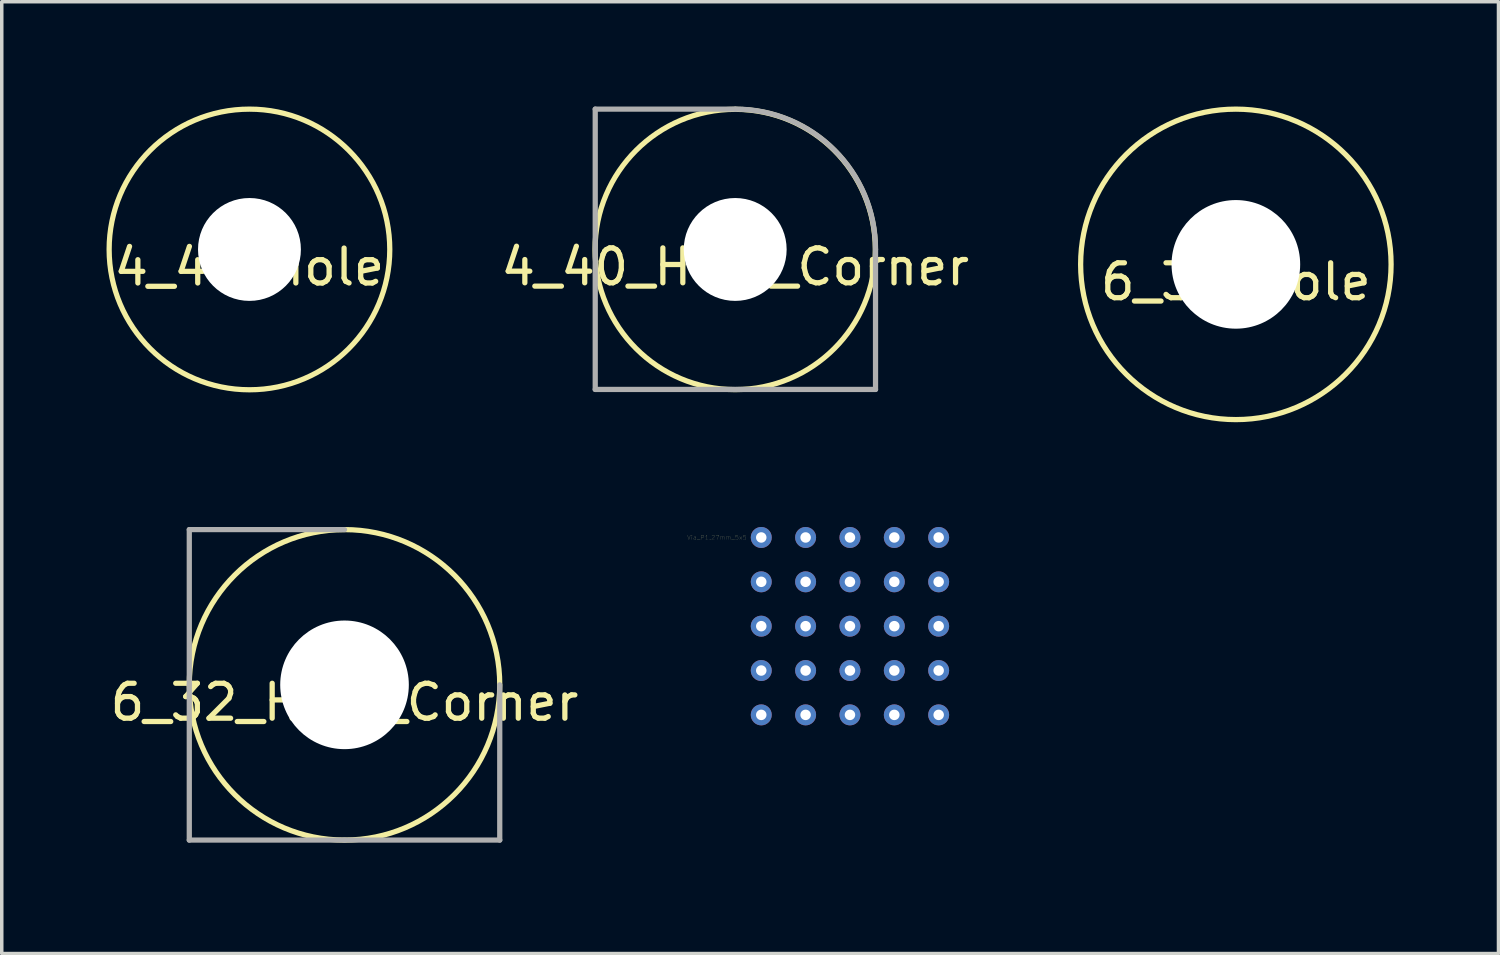
<source format=kicad_pcb>
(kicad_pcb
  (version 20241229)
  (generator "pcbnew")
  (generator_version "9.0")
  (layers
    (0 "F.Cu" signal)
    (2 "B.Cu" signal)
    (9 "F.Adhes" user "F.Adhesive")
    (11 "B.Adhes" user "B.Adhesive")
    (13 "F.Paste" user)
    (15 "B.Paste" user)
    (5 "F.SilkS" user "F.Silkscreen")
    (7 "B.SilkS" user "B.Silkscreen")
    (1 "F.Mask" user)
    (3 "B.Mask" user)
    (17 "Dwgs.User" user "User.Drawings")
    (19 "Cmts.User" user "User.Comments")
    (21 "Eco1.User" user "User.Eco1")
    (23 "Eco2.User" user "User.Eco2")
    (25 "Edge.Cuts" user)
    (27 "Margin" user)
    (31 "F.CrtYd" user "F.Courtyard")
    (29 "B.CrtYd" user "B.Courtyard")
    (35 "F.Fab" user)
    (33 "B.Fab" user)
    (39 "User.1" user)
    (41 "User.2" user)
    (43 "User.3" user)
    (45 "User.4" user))
  (footprint "4_40_Hole_Corner"
    (layer "F.Cu")
    (at 13.994 8.101)
    (property "Reference" "4_40_Hole_Corner" (at 4.008 -3.508 0) (layer "F.SilkS") (effects (font (size 1 1) (thickness 0.15))))
    (attr through_hole)
    (fp_circle (center 4.008 -4.008) (end 4.008 0.005) (stroke (width 0.15) (type solid)) (fill no) (layer "F.SilkS"))
    (fp_line (start 0 -8.026) (end 0 0) (stroke (width 0.15) (type solid)) (layer "F.Fab"))
    (fp_line (start 0 0) (end 8.026 0) (stroke (width 0.15) (type solid)) (layer "F.Fab"))
    (fp_line (start 4.013 -8.026) (end 0 -8.026) (stroke (width 0.15) (type solid)) (layer "F.Fab"))
    (fp_line (start 8.026 -4.013) (end 8.026 0) (stroke (width 0.15) (type solid)) (layer "F.Fab"))
    (fp_arc (start 4.0132 -8.0264) (mid 6.850961 -6.850961) (end 8.0264 -4.0132) (stroke (width 0.15) (type solid)) (layer "F.Fab"))
    (pad "" np_thru_hole circle (at 4.008 -4.008) (size 2.946 2.946) (drill 2.946) (layers "*.Cu" "*.Mask")))
  (footprint "Via_P1.27mm_5x5"
    (layer "F.Cu")
    (at 18.748 12.34)
    (property "Reference" "Via_P1.27mm_5x5" (at -1.27 0 0) (layer "F.SilkS") (effects (font (size 0.127 0.127) (thickness 0.003))))
    (attr through_hole)
    (pad "1" thru_hole circle (at 0 0) (size 0.6 0.6) (drill 0.3) (layers "*.Cu"))
    (pad "1" thru_hole circle (at 0 1.27) (size 0.6 0.6) (drill 0.3) (layers "*.Cu"))
    (pad "1" thru_hole circle (at 0 2.54) (size 0.6 0.6) (drill 0.3) (layers "*.Cu"))
    (pad "1" thru_hole circle (at 0 3.81) (size 0.6 0.6) (drill 0.3) (layers "*.Cu"))
    (pad "1" thru_hole circle (at 0 5.08) (size 0.6 0.6) (drill 0.3) (layers "*.Cu"))
    (pad "1" thru_hole circle (at 1.27 0) (size 0.6 0.6) (drill 0.3) (layers "*.Cu"))
    (pad "1" thru_hole circle (at 1.27 1.27) (size 0.6 0.6) (drill 0.3) (layers "*.Cu"))
    (pad "1" thru_hole circle (at 1.27 2.54) (size 0.6 0.6) (drill 0.3) (layers "*.Cu"))
    (pad "1" thru_hole circle (at 1.27 3.81) (size 0.6 0.6) (drill 0.3) (layers "*.Cu"))
    (pad "1" thru_hole circle (at 1.27 5.08) (size 0.6 0.6) (drill 0.3) (layers "*.Cu"))
    (pad "1" thru_hole circle (at 2.54 0) (size 0.6 0.6) (drill 0.3) (layers "*.Cu"))
    (pad "1" thru_hole circle (at 2.54 1.27) (size 0.6 0.6) (drill 0.3) (layers "*.Cu"))
    (pad "1" thru_hole circle (at 2.54 2.54) (size 0.6 0.6) (drill 0.3) (layers "*.Cu"))
    (pad "1" thru_hole circle (at 2.54 3.81) (size 0.6 0.6) (drill 0.3) (layers "*.Cu"))
    (pad "1" thru_hole circle (at 2.54 5.08) (size 0.6 0.6) (drill 0.3) (layers "*.Cu"))
    (pad "1" thru_hole circle (at 3.81 0) (size 0.6 0.6) (drill 0.3) (layers "*.Cu"))
    (pad "1" thru_hole circle (at 3.81 1.27) (size 0.6 0.6) (drill 0.3) (layers "*.Cu"))
    (pad "1" thru_hole circle (at 3.81 2.54) (size 0.6 0.6) (drill 0.3) (layers "*.Cu"))
    (pad "1" thru_hole circle (at 3.81 3.81) (size 0.6 0.6) (drill 0.3) (layers "*.Cu"))
    (pad "1" thru_hole circle (at 3.81 5.08) (size 0.6 0.6) (drill 0.3) (layers "*.Cu"))
    (pad "1" thru_hole circle (at 5.08 0) (size 0.6 0.6) (drill 0.3) (layers "*.Cu"))
    (pad "1" thru_hole circle (at 5.08 1.27) (size 0.6 0.6) (drill 0.3) (layers "*.Cu"))
    (pad "1" thru_hole circle (at 5.08 2.54) (size 0.6 0.6) (drill 0.3) (layers "*.Cu"))
    (pad "1" thru_hole circle (at 5.08 3.81) (size 0.6 0.6) (drill 0.3) (layers "*.Cu"))
    (pad "1" thru_hole circle (at 5.08 5.08) (size 0.6 0.6) (drill 0.3) (layers "*.Cu")))
  (footprint "6_32_Hole"
    (layer "F.Cu")
    (at 32.338 4.52)
    (property "Reference" "6_32_Hole" (at 0 0.5 0) (layer "F.SilkS") (effects (font (size 1 1) (thickness 0.15))))
    (attr through_hole)
    (fp_circle (center 0 0) (end 4.445 0) (stroke (width 0.15) (type solid)) (fill no) (layer "F.SilkS"))
    (pad "" np_thru_hole circle (at 0 0) (size 3.683 3.683) (drill 3.683) (layers "*.Cu" "*.Mask")))
  (footprint "4_40_Hole"
    (layer "F.Cu")
    (at 4.093 4.093)
    (property "Reference" "4_40_Hole" (at -0.005 0.505 0) (layer "F.SilkS") (effects (font (size 1 1) (thickness 0.15))))
    (attr through_hole)
    (fp_circle (center 0 0) (end -0.005 4.018) (stroke (width 0.15) (type solid)) (fill no) (layer "F.SilkS"))
    (pad "" np_thru_hole circle (at 0 0) (size 2.946 2.946) (drill 2.946) (layers "*.Cu" "*.Mask")))
  (footprint "6_32_Hole_Corner"
    (layer "F.Cu")
    (at 2.37 21.005)
    (property "Reference" "6_32_Hole_Corner" (at 4.445 -3.945 0) (layer "F.SilkS") (effects (font (size 1 1) (thickness 0.15))))
    (attr through_hole)
    (fp_circle (center 4.445 -4.445) (end 8.89 -4.445) (stroke (width 0.15) (type solid)) (fill no) (layer "F.SilkS"))
    (fp_line (start 0 -8.89) (end 4.445 -8.89) (stroke (width 0.15) (type solid)) (layer "F.Fab"))
    (fp_line (start 0 -4.445) (end 0 -8.89) (stroke (width 0.15) (type solid)) (layer "F.Fab"))
    (fp_line (start 0 0) (end 0 -4.445) (stroke (width 0.15) (type solid)) (layer "F.Fab"))
    (fp_line (start 4.445 0) (end 0 0) (stroke (width 0.15) (type solid)) (layer "F.Fab"))
    (fp_line (start 4.445 0) (end 8.89 0) (stroke (width 0.15) (type solid)) (layer "F.Fab"))
    (fp_line (start 8.89 0) (end 8.89 -4.445) (stroke (width 0.15) (type solid)) (layer "F.Fab"))
    (pad "" np_thru_hole circle (at 4.445 -4.445) (size 3.683 3.683) (drill 3.683) (layers "*.Cu" "*.Mask")))
  (gr_rect
    (start -3 -3)
    (end 39.858 24.255)
    (stroke (width 0.1) (type default))
    (fill no)
    (layer "Edge.Cuts")))
</source>
